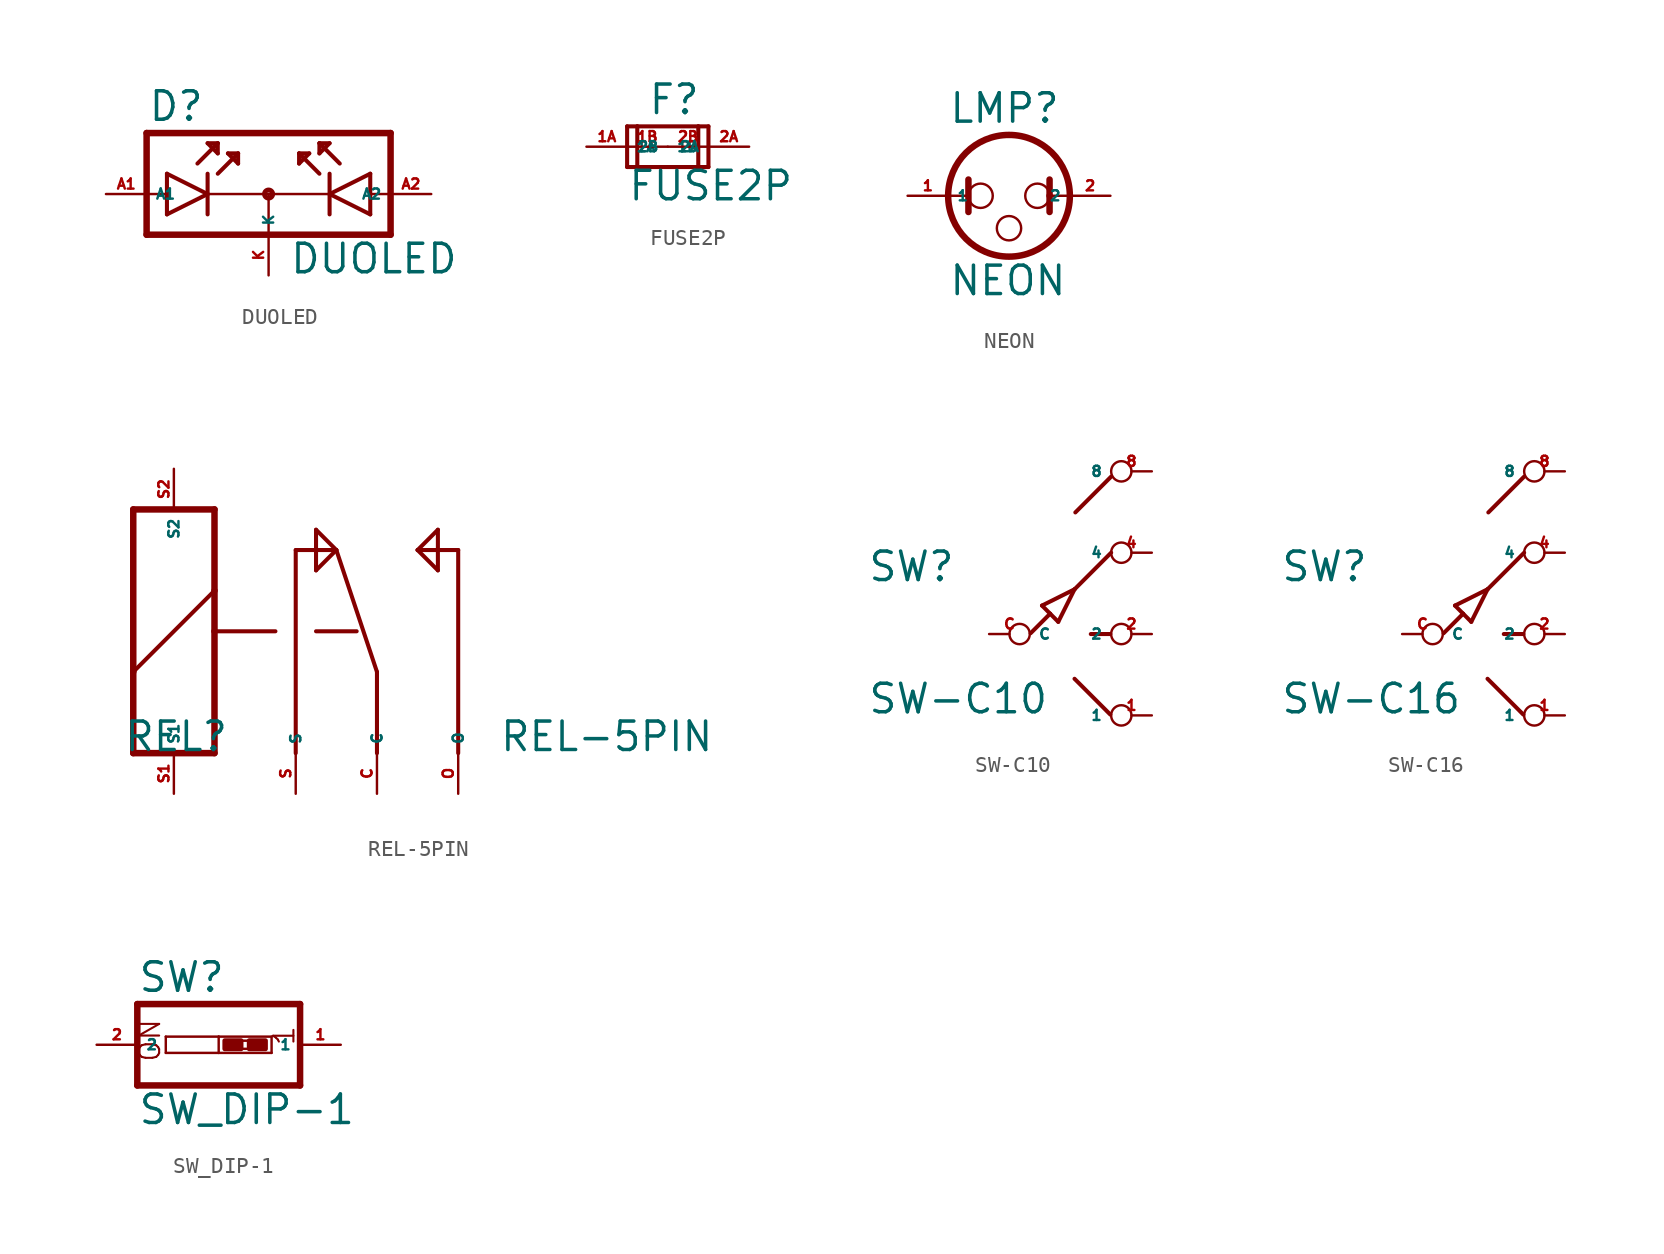
<source format=kicad_sym>
(kicad_symbol_lib
  (version 20220914)
  (generator Eagle2Kicad)
  (symbol "DUOLED"
    (property "Reference" "D"
      (at -7.569 4.445 0)
      (effects (font (size 1.778 1.778) (thickness 0.22)) (justify left bottom)))
    (property "Value" "DUOLED"
      (at 1.27 -5.08 0)
      (effects (font (size 1.778 1.778) (thickness 0.22)) (justify left bottom)))
    (polyline
      (pts (xy -6.35 -1.27) (xy -3.81 0))
      (stroke (width 0.254) (type default))
      (fill (type none)))
    (polyline
      (pts (xy -3.81 0) (xy -6.35 1.27))
      (stroke (width 0.254) (type default))
      (fill (type none)))
    (polyline
      (pts (xy -3.81 1.27) (xy -3.81 0))
      (stroke (width 0.254) (type default))
      (fill (type none)))
    (polyline
      (pts (xy -7.62 0) (xy -6.35 0))
      (stroke (width 0.152) (type default))
      (fill (type none)))
    (polyline
      (pts (xy -6.35 1.27) (xy -6.35 -1.27))
      (stroke (width 0.254) (type default))
      (fill (type none)))
    (polyline
      (pts (xy -4.445 1.905) (xy -3.175 3.175))
      (stroke (width 0.254) (type default))
      (fill (type none)))
    (polyline
      (pts (xy -3.175 3.175) (xy -3.81 3.175))
      (stroke (width 0.254) (type default))
      (fill (type none)))
    (polyline
      (pts (xy -3.81 3.175) (xy -3.175 2.54))
      (stroke (width 0.254) (type default))
      (fill (type none)))
    (polyline
      (pts (xy -3.175 2.54) (xy -3.175 3.175))
      (stroke (width 0.254) (type default))
      (fill (type none)))
    (polyline
      (pts (xy -3.175 1.27) (xy -1.905 2.54))
      (stroke (width 0.254) (type default))
      (fill (type none)))
    (polyline
      (pts (xy -1.905 2.54) (xy -2.54 2.54))
      (stroke (width 0.254) (type default))
      (fill (type none)))
    (polyline
      (pts (xy -2.54 2.54) (xy -1.905 1.905))
      (stroke (width 0.254) (type default))
      (fill (type none)))
    (polyline
      (pts (xy -1.905 1.905) (xy -1.905 2.54))
      (stroke (width 0.254) (type default))
      (fill (type none)))
    (polyline
      (pts (xy 6.35 -1.27) (xy 3.81 0))
      (stroke (width 0.254) (type default))
      (fill (type none)))
    (polyline
      (pts (xy 3.81 0) (xy 6.35 1.27))
      (stroke (width 0.254) (type default))
      (fill (type none)))
    (polyline
      (pts (xy 3.81 1.27) (xy 3.81 0))
      (stroke (width 0.254) (type default))
      (fill (type none)))
    (polyline
      (pts (xy 7.62 0) (xy 6.35 0))
      (stroke (width 0.152) (type default))
      (fill (type none)))
    (polyline
      (pts (xy 6.35 1.27) (xy 6.35 -1.27))
      (stroke (width 0.254) (type default))
      (fill (type none)))
    (polyline
      (pts (xy 4.445 1.905) (xy 3.175 3.175))
      (stroke (width 0.254) (type default))
      (fill (type none)))
    (polyline
      (pts (xy 3.175 3.175) (xy 3.81 3.175))
      (stroke (width 0.254) (type default))
      (fill (type none)))
    (polyline
      (pts (xy 3.81 3.175) (xy 3.175 2.54))
      (stroke (width 0.254) (type default))
      (fill (type none)))
    (polyline
      (pts (xy 3.175 2.54) (xy 3.175 3.175))
      (stroke (width 0.254) (type default))
      (fill (type none)))
    (polyline
      (pts (xy 3.175 1.27) (xy 1.905 2.54))
      (stroke (width 0.254) (type default))
      (fill (type none)))
    (polyline
      (pts (xy 1.905 2.54) (xy 2.54 2.54))
      (stroke (width 0.254) (type default))
      (fill (type none)))
    (polyline
      (pts (xy 2.54 2.54) (xy 1.905 1.905))
      (stroke (width 0.254) (type default))
      (fill (type none)))
    (polyline
      (pts (xy 1.905 1.905) (xy 1.905 2.54))
      (stroke (width 0.254) (type default))
      (fill (type none)))
    (polyline
      (pts (xy -3.81 0) (xy 0 0))
      (stroke (width 0.152) (type default))
      (fill (type none)))
    (polyline
      (pts (xy -3.81 0) (xy -3.81 -1.27))
      (stroke (width 0.254) (type default))
      (fill (type none)))
    (polyline
      (pts (xy 0 0) (xy 0 -2.54))
      (stroke (width 0.152) (type default))
      (fill (type none)))
    (polyline
      (pts (xy 0 0) (xy 3.81 0))
      (stroke (width 0.152) (type default))
      (fill (type none)))
    (polyline
      (pts (xy 3.81 0) (xy 3.81 -1.27))
      (stroke (width 0.254) (type default))
      (fill (type none)))
    (polyline
      (pts (xy -7.62 3.81) (xy -7.62 -2.54))
      (stroke (width 0.406) (type default))
      (fill (type none)))
    (polyline
      (pts (xy -7.62 -2.54) (xy 7.62 -2.54))
      (stroke (width 0.406) (type default))
      (fill (type none)))
    (polyline
      (pts (xy 7.62 -2.54) (xy 7.62 3.81))
      (stroke (width 0.406) (type default))
      (fill (type none)))
    (polyline
      (pts (xy 7.62 3.81) (xy -7.62 3.81))
      (stroke (width 0.406) (type default))
      (fill (type none)))
    (circle
      (center 0 0)
      (radius 0.254)
      (stroke (width 0.305) (type default))
      (fill (type none)))
    (pin passive line
      (at -10.16 0 0)
      (length 2.54)
      (name "A1" (effects (font (size 0.635 0.635) (thickness 0.08)) (justify left bottom)))
      (number "A1" (effects (font (size 0.635 0.635) (thickness 0.08)) (justify left bottom))))
    (pin passive line
      (at 0 -5.08 90)
      (length 2.54)
      (name "K" (effects (font (size 0.635 0.635) (thickness 0.08)) (justify left bottom)))
      (number "K" (effects (font (size 0.635 0.635) (thickness 0.08)) (justify left bottom))))
    (pin passive line
      (at 10.16 0 180)
      (length 2.54)
      (name "A2" (effects (font (size 0.635 0.635) (thickness 0.08)) (justify left bottom)))
      (number "A2" (effects (font (size 0.635 0.635) (thickness 0.08)) (justify left bottom)))))
  (symbol "FUSE2P"
    (property "Reference" "F"
      (at -1.27 1.905 0)
      (effects (font (size 1.778 1.778) (thickness 0.22)) (justify left bottom)))
    (property "Value" "FUSE2P"
      (at -2.54 -3.48 0)
      (effects (font (size 1.778 1.778) (thickness 0.22)) (justify left bottom)))
    (polyline
      (pts (xy -2.54 -1.27) (xy -1.905 -1.27))
      (stroke (width 0.254) (type default))
      (fill (type none)))
    (polyline
      (pts (xy 2.54 1.27) (xy 1.905 1.27))
      (stroke (width 0.254) (type default))
      (fill (type none)))
    (polyline
      (pts (xy -2.54 1.27) (xy -2.54 -1.27))
      (stroke (width 0.254) (type default))
      (fill (type none)))
    (polyline
      (pts (xy 2.54 -1.27) (xy 2.54 1.27))
      (stroke (width 0.254) (type default))
      (fill (type none)))
    (polyline
      (pts (xy -1.905 1.27) (xy -1.905 -1.27))
      (stroke (width 0.254) (type default))
      (fill (type none)))
    (polyline
      (pts (xy -1.905 1.27) (xy -2.54 1.27))
      (stroke (width 0.254) (type default))
      (fill (type none)))
    (polyline
      (pts (xy -1.905 -1.27) (xy 1.905 -1.27))
      (stroke (width 0.254) (type default))
      (fill (type none)))
    (polyline
      (pts (xy 1.905 1.27) (xy 1.905 -1.27))
      (stroke (width 0.254) (type default))
      (fill (type none)))
    (polyline
      (pts (xy 1.905 1.27) (xy -1.905 1.27))
      (stroke (width 0.254) (type default))
      (fill (type none)))
    (polyline
      (pts (xy 1.905 -1.27) (xy 2.54 -1.27))
      (stroke (width 0.254) (type default))
      (fill (type none)))
    (pin passive line
      (at -5.08 0 0)
      (length 2.54)
      (name "1A" (effects (font (size 0.635 0.635) (thickness 0.08)) (justify left bottom)))
      (number "1A" (effects (font (size 0.635 0.635) (thickness 0.08)) (justify left bottom))))
    (pin passive line
      (at 5.08 0 180)
      (length 2.54)
      (name "2A" (effects (font (size 0.635 0.635) (thickness 0.08)) (justify left bottom)))
      (number "2A" (effects (font (size 0.635 0.635) (thickness 0.08)) (justify left bottom))))
    (pin passive line
      (at -2.54 0 0)
      (length 2.54)
      (name "1B" (effects (font (size 0.635 0.635) (thickness 0.08)) (justify left bottom)))
      (number "1B" (effects (font (size 0.635 0.635) (thickness 0.08)) (justify left bottom))))
    (pin passive line
      (at 2.54 0 180)
      (length 2.54)
      (name "2B" (effects (font (size 0.635 0.635) (thickness 0.08)) (justify left bottom)))
      (number "2B" (effects (font (size 0.635 0.635) (thickness 0.08)) (justify left bottom)))))
  (symbol "NEON"
    (property "Reference" "LMP"
      (at -2.54 4.445 0)
      (effects (font (size 1.778 1.778) (thickness 0.22)) (justify left bottom)))
    (property "Value" "NEON"
      (at -2.54 -6.35 0)
      (effects (font (size 1.778 1.778) (thickness 0.22)) (justify left bottom)))
    (polyline
      (pts (xy -2.54 0) (xy -1.27 0))
      (stroke (width 0.152) (type default))
      (fill (type none)))
    (polyline
      (pts (xy -1.27 1.016) (xy -1.27 -1.016))
      (stroke (width 0.406) (type default))
      (fill (type none)))
    (polyline
      (pts (xy 3.81 1.016) (xy 3.81 0))
      (stroke (width 0.406) (type default))
      (fill (type none)))
    (polyline
      (pts (xy 3.81 0) (xy 5.08 0))
      (stroke (width 0.152) (type default))
      (fill (type none)))
    (polyline
      (pts (xy 3.81 0) (xy 3.81 -1.016))
      (stroke (width 0.406) (type default))
      (fill (type none)))
    (circle
      (center -0.508 0)
      (radius 0.762)
      (stroke (width 0.152) (type default))
      (fill (type none)))
    (circle
      (center 3.048 0)
      (radius 0.762)
      (stroke (width 0.152) (type default))
      (fill (type none)))
    (circle
      (center 1.27 -2.032)
      (radius 0.762)
      (stroke (width 0.152) (type default))
      (fill (type none)))
    (circle
      (center 1.27 0)
      (radius 3.81)
      (stroke (width 0.406) (type default))
      (fill (type none)))
    (pin passive line
      (at -5.08 0 0)
      (length 2.54)
      (name "1" (effects (font (size 0.635 0.635) (thickness 0.08)) (justify left bottom)))
      (number "1" (effects (font (size 0.635 0.635) (thickness 0.08)) (justify left bottom))))
    (pin passive line
      (at 7.62 0 180)
      (length 2.54)
      (name "2" (effects (font (size 0.635 0.635) (thickness 0.08)) (justify left bottom)))
      (number "2" (effects (font (size 0.635 0.635) (thickness 0.08)) (justify left bottom)))))
  (symbol "REL-5PIN"
    (property "Reference" "REL"
      (at -13.335 -7.62 0)
      (effects (font (size 1.778 1.778) (thickness 0.22)) (justify left bottom)))
    (property "Value" "REL-5PIN"
      (at 10.16 -7.62 0)
      (effects (font (size 1.778 1.778) (thickness 0.22)) (justify left bottom)))
    (polyline
      (pts (xy -7.62 7.62) (xy -7.62 2.54))
      (stroke (width 0.406) (type default))
      (fill (type none)))
    (polyline
      (pts (xy -7.62 -7.62) (xy -12.7 -7.62))
      (stroke (width 0.406) (type default))
      (fill (type none)))
    (polyline
      (pts (xy -12.7 -7.62) (xy -12.7 -2.54))
      (stroke (width 0.406) (type default))
      (fill (type none)))
    (polyline
      (pts (xy -12.7 7.62) (xy -7.62 7.62))
      (stroke (width 0.406) (type default))
      (fill (type none)))
    (polyline
      (pts (xy -12.7 -2.54) (xy -7.62 2.54))
      (stroke (width 0.254) (type default))
      (fill (type none)))
    (polyline
      (pts (xy -12.7 -2.54) (xy -12.7 7.62))
      (stroke (width 0.406) (type default))
      (fill (type none)))
    (polyline
      (pts (xy -7.62 2.54) (xy -7.62 0))
      (stroke (width 0.406) (type default))
      (fill (type none)))
    (polyline
      (pts (xy -2.54 5.08) (xy 0 5.08))
      (stroke (width 0.254) (type default))
      (fill (type none)))
    (polyline
      (pts (xy 0 5.08) (xy -1.27 6.35))
      (stroke (width 0.254) (type default))
      (fill (type none)))
    (polyline
      (pts (xy -1.27 6.35) (xy -1.27 3.81))
      (stroke (width 0.254) (type default))
      (fill (type none)))
    (polyline
      (pts (xy -1.27 3.81) (xy 0 5.08))
      (stroke (width 0.254) (type default))
      (fill (type none)))
    (polyline
      (pts (xy 0 5.08) (xy 2.54 -2.54))
      (stroke (width 0.254) (type default))
      (fill (type none)))
    (polyline
      (pts (xy 2.54 -2.54) (xy 2.54 -7.62))
      (stroke (width 0.254) (type default))
      (fill (type none)))
    (polyline
      (pts (xy 5.08 5.08) (xy 6.35 6.35))
      (stroke (width 0.254) (type default))
      (fill (type none)))
    (polyline
      (pts (xy 6.35 6.35) (xy 6.35 3.81))
      (stroke (width 0.254) (type default))
      (fill (type none)))
    (polyline
      (pts (xy 6.35 3.81) (xy 5.08 5.08))
      (stroke (width 0.254) (type default))
      (fill (type none)))
    (polyline
      (pts (xy 5.08 5.08) (xy 7.62 5.08))
      (stroke (width 0.254) (type default))
      (fill (type none)))
    (polyline
      (pts (xy 7.62 5.08) (xy 7.62 -7.62))
      (stroke (width 0.254) (type default))
      (fill (type none)))
    (polyline
      (pts (xy -7.62 0) (xy -3.81 0))
      (stroke (width 0.254) (type default))
      (fill (type none)))
    (polyline
      (pts (xy -7.62 0) (xy -7.62 -7.62))
      (stroke (width 0.406) (type default))
      (fill (type none)))
    (polyline
      (pts (xy -2.54 -7.62) (xy -2.54 5.08))
      (stroke (width 0.254) (type default))
      (fill (type none)))
    (polyline
      (pts (xy -1.27 0) (xy 1.27 0))
      (stroke (width 0.254) (type default))
      (fill (type none)))
    (pin passive line
      (at -10.16 10.16 270)
      (length 2.54)
      (name "S2" (effects (font (size 0.635 0.635) (thickness 0.08)) (justify left bottom)))
      (number "S2" (effects (font (size 0.635 0.635) (thickness 0.08)) (justify left bottom))))
    (pin passive line
      (at -10.16 -10.16 90)
      (length 2.54)
      (name "S1" (effects (font (size 0.635 0.635) (thickness 0.08)) (justify left bottom)))
      (number "S1" (effects (font (size 0.635 0.635) (thickness 0.08)) (justify left bottom))))
    (pin passive line
      (at -2.54 -10.16 90)
      (length 2.54)
      (name "S" (effects (font (size 0.635 0.635) (thickness 0.08)) (justify left bottom)))
      (number "S" (effects (font (size 0.635 0.635) (thickness 0.08)) (justify left bottom))))
    (pin passive line
      (at 2.54 -10.16 90)
      (length 2.54)
      (name "C" (effects (font (size 0.635 0.635) (thickness 0.08)) (justify left bottom)))
      (number "C" (effects (font (size 0.635 0.635) (thickness 0.08)) (justify left bottom))))
    (pin passive line
      (at 7.62 -10.16 90)
      (length 2.54)
      (name "O" (effects (font (size 0.635 0.635) (thickness 0.08)) (justify left bottom)))
      (number "O" (effects (font (size 0.635 0.635) (thickness 0.08)) (justify left bottom)))))
  (symbol "SW-C10"
    (property "Reference" "SW"
      (at -12.7 3.175 0)
      (effects (font (size 1.778 1.778) (thickness 0.22)) (justify left bottom)))
    (property "Value" "SW-C10"
      (at -12.7 -5.08 0)
      (effects (font (size 1.778 1.778) (thickness 0.22)) (justify left bottom)))
    (polyline
      (pts (xy 2.54 5.08) (xy 0.254 2.794))
      (stroke (width 0.254) (type default))
      (fill (type none)))
    (polyline
      (pts (xy 2.489 0) (xy 1.27 0))
      (stroke (width 0.254) (type default))
      (fill (type none)))
    (polyline
      (pts (xy 2.489 -5.029) (xy 0.254 -2.794))
      (stroke (width 0.254) (type default))
      (fill (type none)))
    (polyline
      (pts (xy 0.254 2.794) (xy -1.778 1.778))
      (stroke (width 0.254) (type default))
      (fill (type none)))
    (polyline
      (pts (xy -1.778 1.778) (xy -1.27 1.27))
      (stroke (width 0.254) (type default))
      (fill (type none)))
    (polyline
      (pts (xy -0.762 0.762) (xy 0.254 2.794))
      (stroke (width 0.254) (type default))
      (fill (type none)))
    (polyline
      (pts (xy -1.27 1.27) (xy -2.489 0.051))
      (stroke (width 0.254) (type default))
      (fill (type none)))
    (polyline
      (pts (xy -1.27 1.27) (xy -0.762 0.762))
      (stroke (width 0.254) (type default))
      (fill (type none)))
    (polyline
      (pts (xy 2.54 9.83) (xy 0.305 7.595))
      (stroke (width 0.254) (type default))
      (fill (type none)))
    (pin passive inverted
      (at -5.08 0 0)
      (length 2.54)
      (name "C" (effects (font (size 0.635 0.635) (thickness 0.08)) (justify left bottom)))
      (number "C" (effects (font (size 0.635 0.635) (thickness 0.08)) (justify left bottom))))
    (pin passive inverted
      (at 5.08 5.08 180)
      (length 2.54)
      (name "4" (effects (font (size 0.635 0.635) (thickness 0.08)) (justify left bottom)))
      (number "4" (effects (font (size 0.635 0.635) (thickness 0.08)) (justify left bottom))))
    (pin passive inverted
      (at 5.08 0 180)
      (length 2.54)
      (name "2" (effects (font (size 0.635 0.635) (thickness 0.08)) (justify left bottom)))
      (number "2" (effects (font (size 0.635 0.635) (thickness 0.08)) (justify left bottom))))
    (pin passive inverted
      (at 5.08 -5.08 180)
      (length 2.54)
      (name "1" (effects (font (size 0.635 0.635) (thickness 0.08)) (justify left bottom)))
      (number "1" (effects (font (size 0.635 0.635) (thickness 0.08)) (justify left bottom))))
    (pin passive inverted
      (at 5.08 10.16 180)
      (length 2.54)
      (name "8" (effects (font (size 0.635 0.635) (thickness 0.08)) (justify left bottom)))
      (number "8" (effects (font (size 0.635 0.635) (thickness 0.08)) (justify left bottom)))))
  (symbol "SW-C16"
    (property "Reference" "SW"
      (at -12.7 3.175 0)
      (effects (font (size 1.778 1.778) (thickness 0.22)) (justify left bottom)))
    (property "Value" "SW-C16"
      (at -12.7 -5.08 0)
      (effects (font (size 1.778 1.778) (thickness 0.22)) (justify left bottom)))
    (polyline
      (pts (xy 2.54 5.08) (xy 0.254 2.794))
      (stroke (width 0.254) (type default))
      (fill (type none)))
    (polyline
      (pts (xy 2.489 0) (xy 1.27 0))
      (stroke (width 0.254) (type default))
      (fill (type none)))
    (polyline
      (pts (xy 2.489 -5.029) (xy 0.254 -2.794))
      (stroke (width 0.254) (type default))
      (fill (type none)))
    (polyline
      (pts (xy 0.254 2.794) (xy -1.778 1.778))
      (stroke (width 0.254) (type default))
      (fill (type none)))
    (polyline
      (pts (xy -1.778 1.778) (xy -1.27 1.27))
      (stroke (width 0.254) (type default))
      (fill (type none)))
    (polyline
      (pts (xy -0.762 0.762) (xy 0.254 2.794))
      (stroke (width 0.254) (type default))
      (fill (type none)))
    (polyline
      (pts (xy -1.27 1.27) (xy -2.489 0.051))
      (stroke (width 0.254) (type default))
      (fill (type none)))
    (polyline
      (pts (xy -1.27 1.27) (xy -0.762 0.762))
      (stroke (width 0.254) (type default))
      (fill (type none)))
    (polyline
      (pts (xy 2.54 9.83) (xy 0.305 7.595))
      (stroke (width 0.254) (type default))
      (fill (type none)))
    (pin passive inverted
      (at -5.08 0 0)
      (length 2.54)
      (name "C" (effects (font (size 0.635 0.635) (thickness 0.08)) (justify left bottom)))
      (number "C" (effects (font (size 0.635 0.635) (thickness 0.08)) (justify left bottom))))
    (pin passive inverted
      (at 5.08 5.08 180)
      (length 2.54)
      (name "4" (effects (font (size 0.635 0.635) (thickness 0.08)) (justify left bottom)))
      (number "4" (effects (font (size 0.635 0.635) (thickness 0.08)) (justify left bottom))))
    (pin passive inverted
      (at 5.08 0 180)
      (length 2.54)
      (name "2" (effects (font (size 0.635 0.635) (thickness 0.08)) (justify left bottom)))
      (number "2" (effects (font (size 0.635 0.635) (thickness 0.08)) (justify left bottom))))
    (pin passive inverted
      (at 5.08 -5.08 180)
      (length 2.54)
      (name "1" (effects (font (size 0.635 0.635) (thickness 0.08)) (justify left bottom)))
      (number "1" (effects (font (size 0.635 0.635) (thickness 0.08)) (justify left bottom))))
    (pin passive inverted
      (at 5.08 10.16 180)
      (length 2.54)
      (name "8" (effects (font (size 0.635 0.635) (thickness 0.08)) (justify left bottom)))
      (number "8" (effects (font (size 0.635 0.635) (thickness 0.08)) (justify left bottom)))))
  (symbol "SW_DIP-1"
    (property "Reference" "SW"
      (at -5.08 3.175 0)
      (effects (font (size 1.778 1.778) (thickness 0.22)) (justify left bottom)))
    (property "Value" "SW_DIP-1"
      (at -5.08 -5.08 0)
      (effects (font (size 1.778 1.778) (thickness 0.22)) (justify left bottom)))
    (polyline
      (pts (xy -3.302 0.508) (xy 0 0.508))
      (stroke (width 0.152) (type default))
      (fill (type none)))
    (polyline
      (pts (xy 3.302 0.508) (xy 3.302 -0.508))
      (stroke (width 0.152) (type default))
      (fill (type none)))
    (polyline
      (pts (xy 3.302 -0.508) (xy 0 -0.508))
      (stroke (width 0.152) (type default))
      (fill (type none)))
    (polyline
      (pts (xy -3.302 -0.508) (xy -3.302 0.508))
      (stroke (width 0.152) (type default))
      (fill (type none)))
    (polyline
      (pts (xy 0 0.508) (xy 0 -0.508))
      (stroke (width 0.152) (type default))
      (fill (type none)))
    (polyline
      (pts (xy 0 0.508) (xy 3.302 0.508))
      (stroke (width 0.152) (type default))
      (fill (type none)))
    (polyline
      (pts (xy 0 -0.508) (xy -3.302 -0.508))
      (stroke (width 0.152) (type default))
      (fill (type none)))
    (polyline
      (pts (xy -5.08 -2.54) (xy 5.08 -2.54))
      (stroke (width 0.406) (type default))
      (fill (type none)))
    (polyline
      (pts (xy 1.397 0.254) (xy 1.905 0.254))
      (stroke (width 0) (type default))
      (fill (type none)))
    (polyline
      (pts (xy 1.397 -0.254) (xy 1.905 -0.254))
      (stroke (width 0) (type default))
      (fill (type none)))
    (polyline
      (pts (xy -5.08 -2.54) (xy -5.08 2.54))
      (stroke (width 0.406) (type default))
      (fill (type none)))
    (polyline
      (pts (xy -5.08 2.54) (xy 5.08 2.54))
      (stroke (width 0.406) (type default))
      (fill (type none)))
    (polyline
      (pts (xy 5.08 -2.54) (xy 5.08 2.54))
      (stroke (width 0.406) (type default))
      (fill (type none)))
    (text "1"
      (at 4.826 -0.127 900)
      (effects (font (size 1.27 1.27) (thickness 0.13)) (justify left bottom)))
    (text "ON"
      (at -3.556 -1.143 900)
      (effects (font (size 1.27 1.27) (thickness 0.13)) (justify left bottom)))
    (rectangle
      (start 0.381 -0.254)
      (end 1.397 0.254)
      (stroke (width 0.3) (type default))
      (fill (type outline)))
    (rectangle
      (start 1.905 -0.254)
      (end 2.921 0.254)
      (stroke (width 0.3) (type default))
      (fill (type outline)))
    (pin passive line
      (at -7.62 0 0)
      (length 2.54)
      (name "2" (effects (font (size 0.635 0.635) (thickness 0.08)) (justify left bottom)))
      (number "2" (effects (font (size 0.635 0.635) (thickness 0.08)) (justify left bottom))))
    (pin passive line
      (at 7.62 0 180)
      (length 2.54)
      (name "1" (effects (font (size 0.635 0.635) (thickness 0.08)) (justify left bottom)))
      (number "1" (effects (font (size 0.635 0.635) (thickness 0.08)) (justify left bottom))))))
</source>
